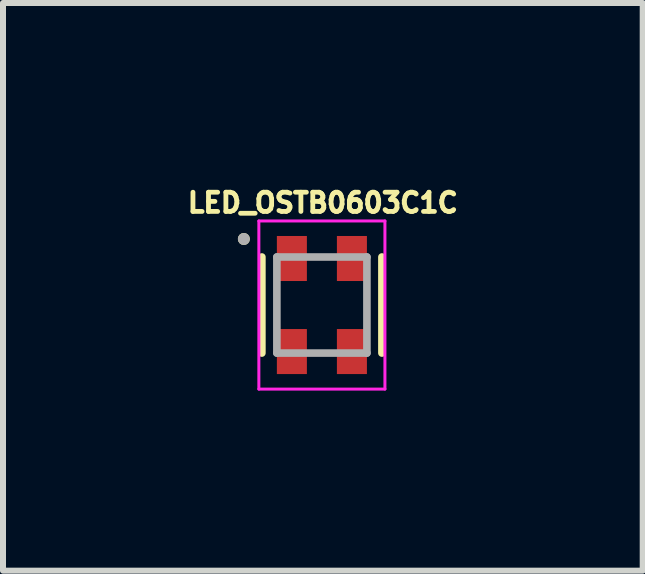
<source format=kicad_pcb>
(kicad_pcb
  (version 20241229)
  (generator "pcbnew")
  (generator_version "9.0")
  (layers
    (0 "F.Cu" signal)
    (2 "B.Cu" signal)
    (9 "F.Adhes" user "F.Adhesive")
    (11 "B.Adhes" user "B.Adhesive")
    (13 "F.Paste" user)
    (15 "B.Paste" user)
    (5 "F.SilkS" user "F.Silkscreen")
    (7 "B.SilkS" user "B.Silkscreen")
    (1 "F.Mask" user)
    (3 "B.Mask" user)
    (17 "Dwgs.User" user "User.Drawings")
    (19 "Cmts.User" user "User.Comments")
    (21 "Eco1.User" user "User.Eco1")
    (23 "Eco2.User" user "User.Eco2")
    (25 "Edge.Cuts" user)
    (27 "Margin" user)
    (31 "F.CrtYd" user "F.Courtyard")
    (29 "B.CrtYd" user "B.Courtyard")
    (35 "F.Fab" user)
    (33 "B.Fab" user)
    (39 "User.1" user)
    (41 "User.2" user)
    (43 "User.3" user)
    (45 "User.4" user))
  (footprint "LED_OSTB0603C1C"
    (layer "F.Cu")
    (at 2.312 2.031)
    (property "Reference" "LED_OSTB0603C1C" (at 0.016 -1.703 0) (layer "F.SilkS") (effects (font (size 0.32 0.32) (thickness 0.15))))
    (attr smd)
    (fp_line (start -1 0.8) (end -1 -0.8) (stroke (width 0.127) (type solid)) (layer "F.SilkS"))
    (fp_line (start 1 0.8) (end 1 -0.8) (stroke (width 0.127) (type solid)) (layer "F.SilkS"))
    (fp_circle (center -1.3 -1.1) (end -1.25 -1.1) (stroke (width 0.1) (type solid)) (fill no) (layer "F.SilkS"))
    (fp_line (start -1.05 -1.4) (end -1.05 1.4) (stroke (width 0.05) (type solid)) (layer "F.CrtYd"))
    (fp_line (start -1.05 1.4) (end 1.05 1.4) (stroke (width 0.05) (type solid)) (layer "F.CrtYd"))
    (fp_line (start 1.05 -1.4) (end -1.05 -1.4) (stroke (width 0.05) (type solid)) (layer "F.CrtYd"))
    (fp_line (start 1.05 1.4) (end 1.05 -1.4) (stroke (width 0.05) (type solid)) (layer "F.CrtYd"))
    (fp_line (start -0.75 -0.8) (end 0.75 -0.8) (stroke (width 0.127) (type solid)) (layer "F.Fab"))
    (fp_line (start -0.75 0.8) (end -0.75 -0.8) (stroke (width 0.127) (type solid)) (layer "F.Fab"))
    (fp_line (start 0.75 -0.8) (end 0.75 0.8) (stroke (width 0.127) (type solid)) (layer "F.Fab"))
    (fp_line (start 0.75 0.8) (end -0.75 0.8) (stroke (width 0.127) (type solid)) (layer "F.Fab"))
    (fp_circle (center -1.3 -1.1) (end -1.25 -1.1) (stroke (width 0.1) (type solid)) (fill no) (layer "F.Fab"))
    (pad "1" smd rect (at -0.5 -0.775) (size 0.5 0.75) (layers "F.Cu" "F.Mask" "F.Paste"))
    (pad "2" smd rect (at 0.5 -0.775) (size 0.5 0.75) (layers "F.Cu" "F.Mask" "F.Paste"))
    (pad "3" smd rect (at -0.5 0.775) (size 0.5 0.75) (layers "F.Cu" "F.Mask" "F.Paste"))
    (pad "4" smd rect (at 0.5 0.775) (size 0.5 0.75) (layers "F.Cu" "F.Mask" "F.Paste")))
  (gr_rect
    (start -3 -3)
    (end 7.656 6.456)
    (stroke (width 0.1) (type default))
    (fill no)
    (layer "Edge.Cuts")))
</source>
